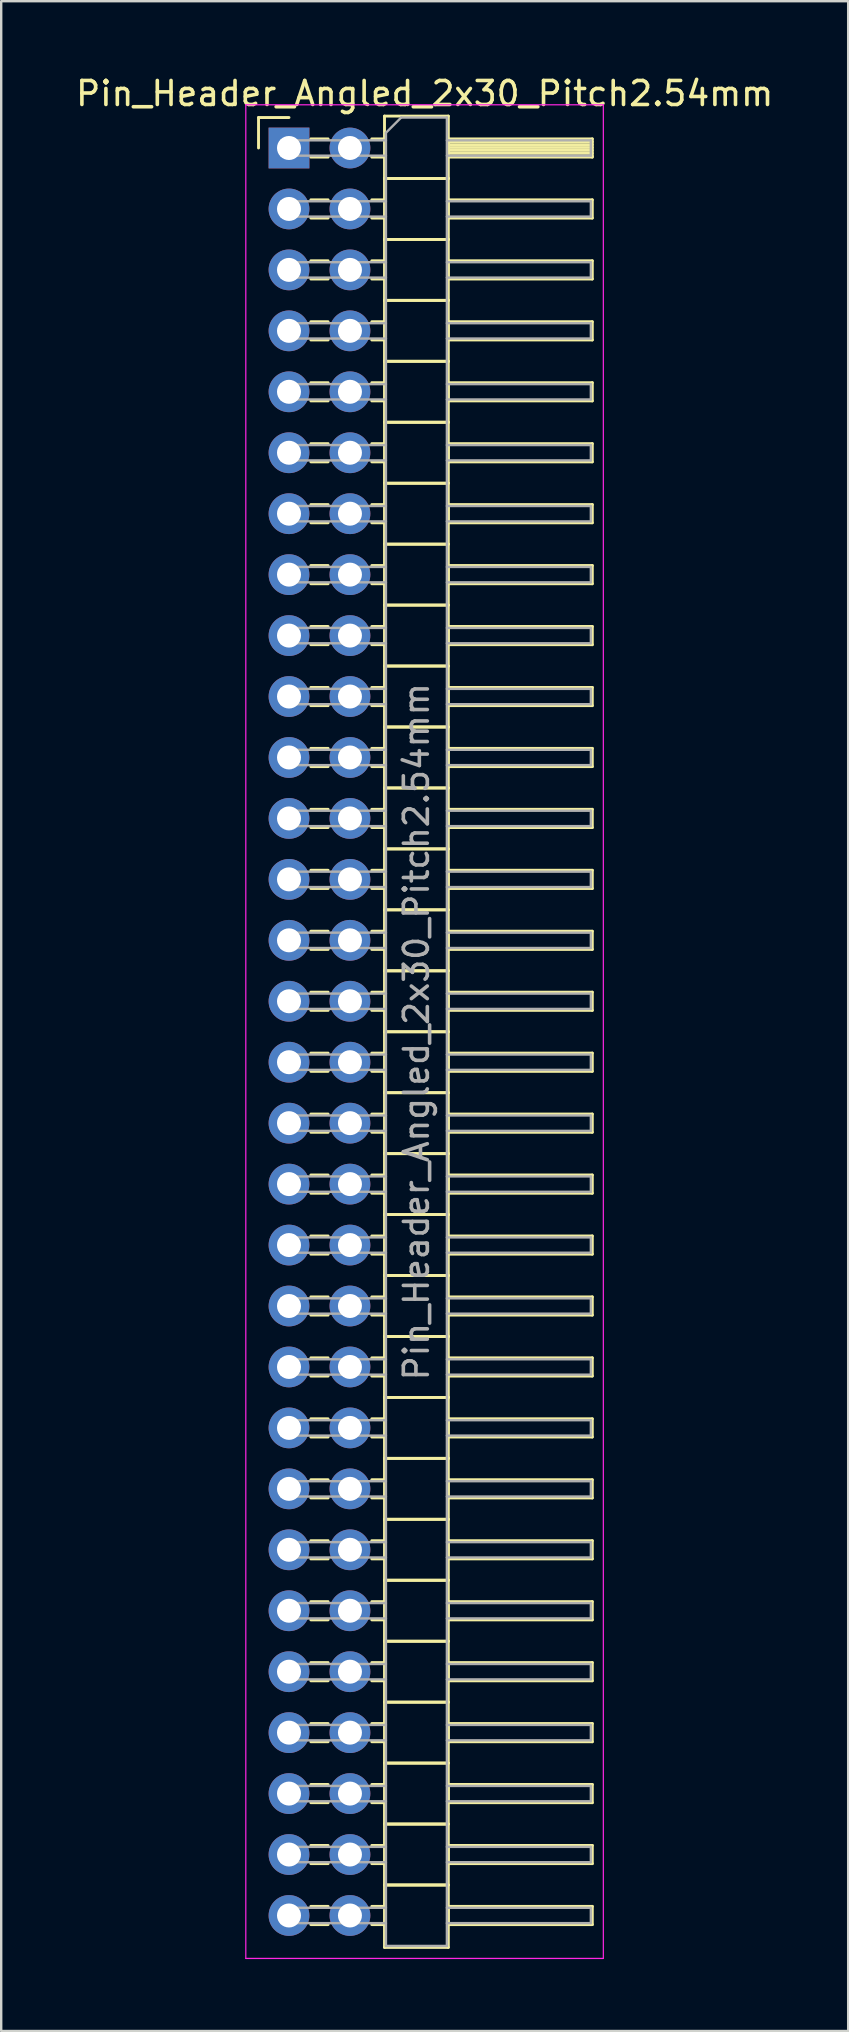
<source format=kicad_pcb>
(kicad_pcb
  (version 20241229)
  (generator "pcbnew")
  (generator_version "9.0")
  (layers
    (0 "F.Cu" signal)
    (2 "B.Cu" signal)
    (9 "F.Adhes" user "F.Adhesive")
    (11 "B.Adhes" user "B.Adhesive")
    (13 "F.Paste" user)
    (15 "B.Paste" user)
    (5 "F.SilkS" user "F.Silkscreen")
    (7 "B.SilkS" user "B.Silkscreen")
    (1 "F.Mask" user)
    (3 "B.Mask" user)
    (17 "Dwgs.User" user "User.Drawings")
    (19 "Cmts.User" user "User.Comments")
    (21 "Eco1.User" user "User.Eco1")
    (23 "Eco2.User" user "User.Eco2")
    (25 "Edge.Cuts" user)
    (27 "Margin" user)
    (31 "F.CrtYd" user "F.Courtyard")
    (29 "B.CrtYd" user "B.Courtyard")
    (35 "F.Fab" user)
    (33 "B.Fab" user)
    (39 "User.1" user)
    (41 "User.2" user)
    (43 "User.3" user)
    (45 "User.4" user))
  (footprint "Pin_Header_Angled_2x30_Pitch2.54mm"
    (layer "F.Cu")
    (at 8.994 3.118)
    (property "Reference" "Pin_Header_Angled_2x30_Pitch2.54mm" (at 5.655 -2.27 0) (layer "F.SilkS") (effects (font (size 1 1) (thickness 0.15))))
    (attr through_hole)
    (fp_line (start -1.27 -1.27) (end 0 -1.27) (stroke (width 0.12) (type solid)) (layer "F.SilkS"))
    (fp_line (start -1.27 0) (end -1.27 -1.27) (stroke (width 0.12) (type solid)) (layer "F.SilkS"))
    (fp_line (start 0.91 -0.38) (end 1.63 -0.38) (stroke (width 0.12) (type solid)) (layer "F.SilkS"))
    (fp_line (start 0.91 0.38) (end 1.63 0.38) (stroke (width 0.12) (type solid)) (layer "F.SilkS"))
    (fp_line (start 0.91 2.16) (end 1.63 2.16) (stroke (width 0.12) (type solid)) (layer "F.SilkS"))
    (fp_line (start 0.91 2.92) (end 1.63 2.92) (stroke (width 0.12) (type solid)) (layer "F.SilkS"))
    (fp_line (start 0.91 4.7) (end 1.63 4.7) (stroke (width 0.12) (type solid)) (layer "F.SilkS"))
    (fp_line (start 0.91 5.46) (end 1.63 5.46) (stroke (width 0.12) (type solid)) (layer "F.SilkS"))
    (fp_line (start 0.91 7.24) (end 1.63 7.24) (stroke (width 0.12) (type solid)) (layer "F.SilkS"))
    (fp_line (start 0.91 8) (end 1.63 8) (stroke (width 0.12) (type solid)) (layer "F.SilkS"))
    (fp_line (start 0.91 9.78) (end 1.63 9.78) (stroke (width 0.12) (type solid)) (layer "F.SilkS"))
    (fp_line (start 0.91 10.54) (end 1.63 10.54) (stroke (width 0.12) (type solid)) (layer "F.SilkS"))
    (fp_line (start 0.91 12.32) (end 1.63 12.32) (stroke (width 0.12) (type solid)) (layer "F.SilkS"))
    (fp_line (start 0.91 13.08) (end 1.63 13.08) (stroke (width 0.12) (type solid)) (layer "F.SilkS"))
    (fp_line (start 0.91 14.86) (end 1.63 14.86) (stroke (width 0.12) (type solid)) (layer "F.SilkS"))
    (fp_line (start 0.91 15.62) (end 1.63 15.62) (stroke (width 0.12) (type solid)) (layer "F.SilkS"))
    (fp_line (start 0.91 17.4) (end 1.63 17.4) (stroke (width 0.12) (type solid)) (layer "F.SilkS"))
    (fp_line (start 0.91 18.16) (end 1.63 18.16) (stroke (width 0.12) (type solid)) (layer "F.SilkS"))
    (fp_line (start 0.91 19.94) (end 1.63 19.94) (stroke (width 0.12) (type solid)) (layer "F.SilkS"))
    (fp_line (start 0.91 20.7) (end 1.63 20.7) (stroke (width 0.12) (type solid)) (layer "F.SilkS"))
    (fp_line (start 0.91 22.48) (end 1.63 22.48) (stroke (width 0.12) (type solid)) (layer "F.SilkS"))
    (fp_line (start 0.91 23.24) (end 1.63 23.24) (stroke (width 0.12) (type solid)) (layer "F.SilkS"))
    (fp_line (start 0.91 25.02) (end 1.63 25.02) (stroke (width 0.12) (type solid)) (layer "F.SilkS"))
    (fp_line (start 0.91 25.78) (end 1.63 25.78) (stroke (width 0.12) (type solid)) (layer "F.SilkS"))
    (fp_line (start 0.91 27.56) (end 1.63 27.56) (stroke (width 0.12) (type solid)) (layer "F.SilkS"))
    (fp_line (start 0.91 28.32) (end 1.63 28.32) (stroke (width 0.12) (type solid)) (layer "F.SilkS"))
    (fp_line (start 0.91 30.1) (end 1.63 30.1) (stroke (width 0.12) (type solid)) (layer "F.SilkS"))
    (fp_line (start 0.91 30.86) (end 1.63 30.86) (stroke (width 0.12) (type solid)) (layer "F.SilkS"))
    (fp_line (start 0.91 32.64) (end 1.63 32.64) (stroke (width 0.12) (type solid)) (layer "F.SilkS"))
    (fp_line (start 0.91 33.4) (end 1.63 33.4) (stroke (width 0.12) (type solid)) (layer "F.SilkS"))
    (fp_line (start 0.91 35.18) (end 1.63 35.18) (stroke (width 0.12) (type solid)) (layer "F.SilkS"))
    (fp_line (start 0.91 35.94) (end 1.63 35.94) (stroke (width 0.12) (type solid)) (layer "F.SilkS"))
    (fp_line (start 0.91 37.72) (end 1.63 37.72) (stroke (width 0.12) (type solid)) (layer "F.SilkS"))
    (fp_line (start 0.91 38.48) (end 1.63 38.48) (stroke (width 0.12) (type solid)) (layer "F.SilkS"))
    (fp_line (start 0.91 40.26) (end 1.63 40.26) (stroke (width 0.12) (type solid)) (layer "F.SilkS"))
    (fp_line (start 0.91 41.02) (end 1.63 41.02) (stroke (width 0.12) (type solid)) (layer "F.SilkS"))
    (fp_line (start 0.91 42.8) (end 1.63 42.8) (stroke (width 0.12) (type solid)) (layer "F.SilkS"))
    (fp_line (start 0.91 43.56) (end 1.63 43.56) (stroke (width 0.12) (type solid)) (layer "F.SilkS"))
    (fp_line (start 0.91 45.34) (end 1.63 45.34) (stroke (width 0.12) (type solid)) (layer "F.SilkS"))
    (fp_line (start 0.91 46.1) (end 1.63 46.1) (stroke (width 0.12) (type solid)) (layer "F.SilkS"))
    (fp_line (start 0.91 47.88) (end 1.63 47.88) (stroke (width 0.12) (type solid)) (layer "F.SilkS"))
    (fp_line (start 0.91 48.64) (end 1.63 48.64) (stroke (width 0.12) (type solid)) (layer "F.SilkS"))
    (fp_line (start 0.91 50.42) (end 1.63 50.42) (stroke (width 0.12) (type solid)) (layer "F.SilkS"))
    (fp_line (start 0.91 51.18) (end 1.63 51.18) (stroke (width 0.12) (type solid)) (layer "F.SilkS"))
    (fp_line (start 0.91 52.96) (end 1.63 52.96) (stroke (width 0.12) (type solid)) (layer "F.SilkS"))
    (fp_line (start 0.91 53.72) (end 1.63 53.72) (stroke (width 0.12) (type solid)) (layer "F.SilkS"))
    (fp_line (start 0.91 55.5) (end 1.63 55.5) (stroke (width 0.12) (type solid)) (layer "F.SilkS"))
    (fp_line (start 0.91 56.26) (end 1.63 56.26) (stroke (width 0.12) (type solid)) (layer "F.SilkS"))
    (fp_line (start 0.91 58.04) (end 1.63 58.04) (stroke (width 0.12) (type solid)) (layer "F.SilkS"))
    (fp_line (start 0.91 58.8) (end 1.63 58.8) (stroke (width 0.12) (type solid)) (layer "F.SilkS"))
    (fp_line (start 0.91 60.58) (end 1.63 60.58) (stroke (width 0.12) (type solid)) (layer "F.SilkS"))
    (fp_line (start 0.91 61.34) (end 1.63 61.34) (stroke (width 0.12) (type solid)) (layer "F.SilkS"))
    (fp_line (start 0.91 63.12) (end 1.63 63.12) (stroke (width 0.12) (type solid)) (layer "F.SilkS"))
    (fp_line (start 0.91 63.88) (end 1.63 63.88) (stroke (width 0.12) (type solid)) (layer "F.SilkS"))
    (fp_line (start 0.91 65.66) (end 1.63 65.66) (stroke (width 0.12) (type solid)) (layer "F.SilkS"))
    (fp_line (start 0.91 66.42) (end 1.63 66.42) (stroke (width 0.12) (type solid)) (layer "F.SilkS"))
    (fp_line (start 0.91 68.2) (end 1.63 68.2) (stroke (width 0.12) (type solid)) (layer "F.SilkS"))
    (fp_line (start 0.91 68.96) (end 1.63 68.96) (stroke (width 0.12) (type solid)) (layer "F.SilkS"))
    (fp_line (start 0.91 70.74) (end 1.63 70.74) (stroke (width 0.12) (type solid)) (layer "F.SilkS"))
    (fp_line (start 0.91 71.5) (end 1.63 71.5) (stroke (width 0.12) (type solid)) (layer "F.SilkS"))
    (fp_line (start 0.91 73.28) (end 1.63 73.28) (stroke (width 0.12) (type solid)) (layer "F.SilkS"))
    (fp_line (start 0.91 74.04) (end 1.63 74.04) (stroke (width 0.12) (type solid)) (layer "F.SilkS"))
    (fp_line (start 3.45 -0.38) (end 3.98 -0.38) (stroke (width 0.12) (type solid)) (layer "F.SilkS"))
    (fp_line (start 3.45 0.38) (end 3.98 0.38) (stroke (width 0.12) (type solid)) (layer "F.SilkS"))
    (fp_line (start 3.45 2.16) (end 3.98 2.16) (stroke (width 0.12) (type solid)) (layer "F.SilkS"))
    (fp_line (start 3.45 2.92) (end 3.98 2.92) (stroke (width 0.12) (type solid)) (layer "F.SilkS"))
    (fp_line (start 3.45 4.7) (end 3.98 4.7) (stroke (width 0.12) (type solid)) (layer "F.SilkS"))
    (fp_line (start 3.45 5.46) (end 3.98 5.46) (stroke (width 0.12) (type solid)) (layer "F.SilkS"))
    (fp_line (start 3.45 7.24) (end 3.98 7.24) (stroke (width 0.12) (type solid)) (layer "F.SilkS"))
    (fp_line (start 3.45 8) (end 3.98 8) (stroke (width 0.12) (type solid)) (layer "F.SilkS"))
    (fp_line (start 3.45 9.78) (end 3.98 9.78) (stroke (width 0.12) (type solid)) (layer "F.SilkS"))
    (fp_line (start 3.45 10.54) (end 3.98 10.54) (stroke (width 0.12) (type solid)) (layer "F.SilkS"))
    (fp_line (start 3.45 12.32) (end 3.98 12.32) (stroke (width 0.12) (type solid)) (layer "F.SilkS"))
    (fp_line (start 3.45 13.08) (end 3.98 13.08) (stroke (width 0.12) (type solid)) (layer "F.SilkS"))
    (fp_line (start 3.45 14.86) (end 3.98 14.86) (stroke (width 0.12) (type solid)) (layer "F.SilkS"))
    (fp_line (start 3.45 15.62) (end 3.98 15.62) (stroke (width 0.12) (type solid)) (layer "F.SilkS"))
    (fp_line (start 3.45 17.4) (end 3.98 17.4) (stroke (width 0.12) (type solid)) (layer "F.SilkS"))
    (fp_line (start 3.45 18.16) (end 3.98 18.16) (stroke (width 0.12) (type solid)) (layer "F.SilkS"))
    (fp_line (start 3.45 19.94) (end 3.98 19.94) (stroke (width 0.12) (type solid)) (layer "F.SilkS"))
    (fp_line (start 3.45 20.7) (end 3.98 20.7) (stroke (width 0.12) (type solid)) (layer "F.SilkS"))
    (fp_line (start 3.45 22.48) (end 3.98 22.48) (stroke (width 0.12) (type solid)) (layer "F.SilkS"))
    (fp_line (start 3.45 23.24) (end 3.98 23.24) (stroke (width 0.12) (type solid)) (layer "F.SilkS"))
    (fp_line (start 3.45 25.02) (end 3.98 25.02) (stroke (width 0.12) (type solid)) (layer "F.SilkS"))
    (fp_line (start 3.45 25.78) (end 3.98 25.78) (stroke (width 0.12) (type solid)) (layer "F.SilkS"))
    (fp_line (start 3.45 27.56) (end 3.98 27.56) (stroke (width 0.12) (type solid)) (layer "F.SilkS"))
    (fp_line (start 3.45 28.32) (end 3.98 28.32) (stroke (width 0.12) (type solid)) (layer "F.SilkS"))
    (fp_line (start 3.45 30.1) (end 3.98 30.1) (stroke (width 0.12) (type solid)) (layer "F.SilkS"))
    (fp_line (start 3.45 30.86) (end 3.98 30.86) (stroke (width 0.12) (type solid)) (layer "F.SilkS"))
    (fp_line (start 3.45 32.64) (end 3.98 32.64) (stroke (width 0.12) (type solid)) (layer "F.SilkS"))
    (fp_line (start 3.45 33.4) (end 3.98 33.4) (stroke (width 0.12) (type solid)) (layer "F.SilkS"))
    (fp_line (start 3.45 35.18) (end 3.98 35.18) (stroke (width 0.12) (type solid)) (layer "F.SilkS"))
    (fp_line (start 3.45 35.94) (end 3.98 35.94) (stroke (width 0.12) (type solid)) (layer "F.SilkS"))
    (fp_line (start 3.45 37.72) (end 3.98 37.72) (stroke (width 0.12) (type solid)) (layer "F.SilkS"))
    (fp_line (start 3.45 38.48) (end 3.98 38.48) (stroke (width 0.12) (type solid)) (layer "F.SilkS"))
    (fp_line (start 3.45 40.26) (end 3.98 40.26) (stroke (width 0.12) (type solid)) (layer "F.SilkS"))
    (fp_line (start 3.45 41.02) (end 3.98 41.02) (stroke (width 0.12) (type solid)) (layer "F.SilkS"))
    (fp_line (start 3.45 42.8) (end 3.98 42.8) (stroke (width 0.12) (type solid)) (layer "F.SilkS"))
    (fp_line (start 3.45 43.56) (end 3.98 43.56) (stroke (width 0.12) (type solid)) (layer "F.SilkS"))
    (fp_line (start 3.45 45.34) (end 3.98 45.34) (stroke (width 0.12) (type solid)) (layer "F.SilkS"))
    (fp_line (start 3.45 46.1) (end 3.98 46.1) (stroke (width 0.12) (type solid)) (layer "F.SilkS"))
    (fp_line (start 3.45 47.88) (end 3.98 47.88) (stroke (width 0.12) (type solid)) (layer "F.SilkS"))
    (fp_line (start 3.45 48.64) (end 3.98 48.64) (stroke (width 0.12) (type solid)) (layer "F.SilkS"))
    (fp_line (start 3.45 50.42) (end 3.98 50.42) (stroke (width 0.12) (type solid)) (layer "F.SilkS"))
    (fp_line (start 3.45 51.18) (end 3.98 51.18) (stroke (width 0.12) (type solid)) (layer "F.SilkS"))
    (fp_line (start 3.45 52.96) (end 3.98 52.96) (stroke (width 0.12) (type solid)) (layer "F.SilkS"))
    (fp_line (start 3.45 53.72) (end 3.98 53.72) (stroke (width 0.12) (type solid)) (layer "F.SilkS"))
    (fp_line (start 3.45 55.5) (end 3.98 55.5) (stroke (width 0.12) (type solid)) (layer "F.SilkS"))
    (fp_line (start 3.45 56.26) (end 3.98 56.26) (stroke (width 0.12) (type solid)) (layer "F.SilkS"))
    (fp_line (start 3.45 58.04) (end 3.98 58.04) (stroke (width 0.12) (type solid)) (layer "F.SilkS"))
    (fp_line (start 3.45 58.8) (end 3.98 58.8) (stroke (width 0.12) (type solid)) (layer "F.SilkS"))
    (fp_line (start 3.45 60.58) (end 3.98 60.58) (stroke (width 0.12) (type solid)) (layer "F.SilkS"))
    (fp_line (start 3.45 61.34) (end 3.98 61.34) (stroke (width 0.12) (type solid)) (layer "F.SilkS"))
    (fp_line (start 3.45 63.12) (end 3.98 63.12) (stroke (width 0.12) (type solid)) (layer "F.SilkS"))
    (fp_line (start 3.45 63.88) (end 3.98 63.88) (stroke (width 0.12) (type solid)) (layer "F.SilkS"))
    (fp_line (start 3.45 65.66) (end 3.98 65.66) (stroke (width 0.12) (type solid)) (layer "F.SilkS"))
    (fp_line (start 3.45 66.42) (end 3.98 66.42) (stroke (width 0.12) (type solid)) (layer "F.SilkS"))
    (fp_line (start 3.45 68.2) (end 3.98 68.2) (stroke (width 0.12) (type solid)) (layer "F.SilkS"))
    (fp_line (start 3.45 68.96) (end 3.98 68.96) (stroke (width 0.12) (type solid)) (layer "F.SilkS"))
    (fp_line (start 3.45 70.74) (end 3.98 70.74) (stroke (width 0.12) (type solid)) (layer "F.SilkS"))
    (fp_line (start 3.45 71.5) (end 3.98 71.5) (stroke (width 0.12) (type solid)) (layer "F.SilkS"))
    (fp_line (start 3.45 73.28) (end 3.98 73.28) (stroke (width 0.12) (type solid)) (layer "F.SilkS"))
    (fp_line (start 3.45 74.04) (end 3.98 74.04) (stroke (width 0.12) (type solid)) (layer "F.SilkS"))
    (fp_line (start 3.98 -1.33) (end 3.98 1.27) (stroke (width 0.12) (type solid)) (layer "F.SilkS"))
    (fp_line (start 3.98 1.27) (end 3.98 3.81) (stroke (width 0.12) (type solid)) (layer "F.SilkS"))
    (fp_line (start 3.98 1.27) (end 6.64 1.27) (stroke (width 0.12) (type solid)) (layer "F.SilkS"))
    (fp_line (start 3.98 3.81) (end 3.98 6.35) (stroke (width 0.12) (type solid)) (layer "F.SilkS"))
    (fp_line (start 3.98 3.81) (end 6.64 3.81) (stroke (width 0.12) (type solid)) (layer "F.SilkS"))
    (fp_line (start 3.98 6.35) (end 3.98 8.89) (stroke (width 0.12) (type solid)) (layer "F.SilkS"))
    (fp_line (start 3.98 6.35) (end 6.64 6.35) (stroke (width 0.12) (type solid)) (layer "F.SilkS"))
    (fp_line (start 3.98 8.89) (end 3.98 11.43) (stroke (width 0.12) (type solid)) (layer "F.SilkS"))
    (fp_line (start 3.98 8.89) (end 6.64 8.89) (stroke (width 0.12) (type solid)) (layer "F.SilkS"))
    (fp_line (start 3.98 11.43) (end 3.98 13.97) (stroke (width 0.12) (type solid)) (layer "F.SilkS"))
    (fp_line (start 3.98 11.43) (end 6.64 11.43) (stroke (width 0.12) (type solid)) (layer "F.SilkS"))
    (fp_line (start 3.98 13.97) (end 3.98 16.51) (stroke (width 0.12) (type solid)) (layer "F.SilkS"))
    (fp_line (start 3.98 13.97) (end 6.64 13.97) (stroke (width 0.12) (type solid)) (layer "F.SilkS"))
    (fp_line (start 3.98 16.51) (end 3.98 19.05) (stroke (width 0.12) (type solid)) (layer "F.SilkS"))
    (fp_line (start 3.98 16.51) (end 6.64 16.51) (stroke (width 0.12) (type solid)) (layer "F.SilkS"))
    (fp_line (start 3.98 19.05) (end 3.98 21.59) (stroke (width 0.12) (type solid)) (layer "F.SilkS"))
    (fp_line (start 3.98 19.05) (end 6.64 19.05) (stroke (width 0.12) (type solid)) (layer "F.SilkS"))
    (fp_line (start 3.98 21.59) (end 3.98 24.13) (stroke (width 0.12) (type solid)) (layer "F.SilkS"))
    (fp_line (start 3.98 21.59) (end 6.64 21.59) (stroke (width 0.12) (type solid)) (layer "F.SilkS"))
    (fp_line (start 3.98 24.13) (end 3.98 26.67) (stroke (width 0.12) (type solid)) (layer "F.SilkS"))
    (fp_line (start 3.98 24.13) (end 6.64 24.13) (stroke (width 0.12) (type solid)) (layer "F.SilkS"))
    (fp_line (start 3.98 26.67) (end 3.98 29.21) (stroke (width 0.12) (type solid)) (layer "F.SilkS"))
    (fp_line (start 3.98 26.67) (end 6.64 26.67) (stroke (width 0.12) (type solid)) (layer "F.SilkS"))
    (fp_line (start 3.98 29.21) (end 3.98 31.75) (stroke (width 0.12) (type solid)) (layer "F.SilkS"))
    (fp_line (start 3.98 29.21) (end 6.64 29.21) (stroke (width 0.12) (type solid)) (layer "F.SilkS"))
    (fp_line (start 3.98 31.75) (end 3.98 34.29) (stroke (width 0.12) (type solid)) (layer "F.SilkS"))
    (fp_line (start 3.98 31.75) (end 6.64 31.75) (stroke (width 0.12) (type solid)) (layer "F.SilkS"))
    (fp_line (start 3.98 34.29) (end 3.98 36.83) (stroke (width 0.12) (type solid)) (layer "F.SilkS"))
    (fp_line (start 3.98 34.29) (end 6.64 34.29) (stroke (width 0.12) (type solid)) (layer "F.SilkS"))
    (fp_line (start 3.98 36.83) (end 3.98 39.37) (stroke (width 0.12) (type solid)) (layer "F.SilkS"))
    (fp_line (start 3.98 36.83) (end 6.64 36.83) (stroke (width 0.12) (type solid)) (layer "F.SilkS"))
    (fp_line (start 3.98 39.37) (end 3.98 41.91) (stroke (width 0.12) (type solid)) (layer "F.SilkS"))
    (fp_line (start 3.98 39.37) (end 6.64 39.37) (stroke (width 0.12) (type solid)) (layer "F.SilkS"))
    (fp_line (start 3.98 41.91) (end 3.98 44.45) (stroke (width 0.12) (type solid)) (layer "F.SilkS"))
    (fp_line (start 3.98 41.91) (end 6.64 41.91) (stroke (width 0.12) (type solid)) (layer "F.SilkS"))
    (fp_line (start 3.98 44.45) (end 3.98 46.99) (stroke (width 0.12) (type solid)) (layer "F.SilkS"))
    (fp_line (start 3.98 44.45) (end 6.64 44.45) (stroke (width 0.12) (type solid)) (layer "F.SilkS"))
    (fp_line (start 3.98 46.99) (end 3.98 49.53) (stroke (width 0.12) (type solid)) (layer "F.SilkS"))
    (fp_line (start 3.98 46.99) (end 6.64 46.99) (stroke (width 0.12) (type solid)) (layer "F.SilkS"))
    (fp_line (start 3.98 49.53) (end 3.98 52.07) (stroke (width 0.12) (type solid)) (layer "F.SilkS"))
    (fp_line (start 3.98 49.53) (end 6.64 49.53) (stroke (width 0.12) (type solid)) (layer "F.SilkS"))
    (fp_line (start 3.98 52.07) (end 3.98 54.61) (stroke (width 0.12) (type solid)) (layer "F.SilkS"))
    (fp_line (start 3.98 52.07) (end 6.64 52.07) (stroke (width 0.12) (type solid)) (layer "F.SilkS"))
    (fp_line (start 3.98 54.61) (end 3.98 57.15) (stroke (width 0.12) (type solid)) (layer "F.SilkS"))
    (fp_line (start 3.98 54.61) (end 6.64 54.61) (stroke (width 0.12) (type solid)) (layer "F.SilkS"))
    (fp_line (start 3.98 57.15) (end 3.98 59.69) (stroke (width 0.12) (type solid)) (layer "F.SilkS"))
    (fp_line (start 3.98 57.15) (end 6.64 57.15) (stroke (width 0.12) (type solid)) (layer "F.SilkS"))
    (fp_line (start 3.98 59.69) (end 3.98 62.23) (stroke (width 0.12) (type solid)) (layer "F.SilkS"))
    (fp_line (start 3.98 59.69) (end 6.64 59.69) (stroke (width 0.12) (type solid)) (layer "F.SilkS"))
    (fp_line (start 3.98 62.23) (end 3.98 64.77) (stroke (width 0.12) (type solid)) (layer "F.SilkS"))
    (fp_line (start 3.98 62.23) (end 6.64 62.23) (stroke (width 0.12) (type solid)) (layer "F.SilkS"))
    (fp_line (start 3.98 64.77) (end 3.98 67.31) (stroke (width 0.12) (type solid)) (layer "F.SilkS"))
    (fp_line (start 3.98 64.77) (end 6.64 64.77) (stroke (width 0.12) (type solid)) (layer "F.SilkS"))
    (fp_line (start 3.98 67.31) (end 3.98 69.85) (stroke (width 0.12) (type solid)) (layer "F.SilkS"))
    (fp_line (start 3.98 67.31) (end 6.64 67.31) (stroke (width 0.12) (type solid)) (layer "F.SilkS"))
    (fp_line (start 3.98 69.85) (end 3.98 72.39) (stroke (width 0.12) (type solid)) (layer "F.SilkS"))
    (fp_line (start 3.98 69.85) (end 6.64 69.85) (stroke (width 0.12) (type solid)) (layer "F.SilkS"))
    (fp_line (start 3.98 72.39) (end 3.98 74.99) (stroke (width 0.12) (type solid)) (layer "F.SilkS"))
    (fp_line (start 3.98 72.39) (end 6.64 72.39) (stroke (width 0.12) (type solid)) (layer "F.SilkS"))
    (fp_line (start 3.98 74.99) (end 6.64 74.99) (stroke (width 0.12) (type solid)) (layer "F.SilkS"))
    (fp_line (start 6.64 -1.33) (end 3.98 -1.33) (stroke (width 0.12) (type solid)) (layer "F.SilkS"))
    (fp_line (start 6.64 -0.38) (end 6.64 0.38) (stroke (width 0.12) (type solid)) (layer "F.SilkS"))
    (fp_line (start 6.64 -0.26) (end 12.64 -0.26) (stroke (width 0.12) (type solid)) (layer "F.SilkS"))
    (fp_line (start 6.64 -0.14) (end 12.64 -0.14) (stroke (width 0.12) (type solid)) (layer "F.SilkS"))
    (fp_line (start 6.64 -0.02) (end 12.64 -0.02) (stroke (width 0.12) (type solid)) (layer "F.SilkS"))
    (fp_line (start 6.64 0.1) (end 12.64 0.1) (stroke (width 0.12) (type solid)) (layer "F.SilkS"))
    (fp_line (start 6.64 0.22) (end 12.64 0.22) (stroke (width 0.12) (type solid)) (layer "F.SilkS"))
    (fp_line (start 6.64 0.34) (end 12.64 0.34) (stroke (width 0.12) (type solid)) (layer "F.SilkS"))
    (fp_line (start 6.64 0.38) (end 12.64 0.38) (stroke (width 0.12) (type solid)) (layer "F.SilkS"))
    (fp_line (start 6.64 1.27) (end 3.98 1.27) (stroke (width 0.12) (type solid)) (layer "F.SilkS"))
    (fp_line (start 6.64 1.27) (end 6.64 -1.33) (stroke (width 0.12) (type solid)) (layer "F.SilkS"))
    (fp_line (start 6.64 2.16) (end 6.64 2.92) (stroke (width 0.12) (type solid)) (layer "F.SilkS"))
    (fp_line (start 6.64 2.92) (end 12.64 2.92) (stroke (width 0.12) (type solid)) (layer "F.SilkS"))
    (fp_line (start 6.64 3.81) (end 3.98 3.81) (stroke (width 0.12) (type solid)) (layer "F.SilkS"))
    (fp_line (start 6.64 3.81) (end 6.64 1.27) (stroke (width 0.12) (type solid)) (layer "F.SilkS"))
    (fp_line (start 6.64 4.7) (end 6.64 5.46) (stroke (width 0.12) (type solid)) (layer "F.SilkS"))
    (fp_line (start 6.64 5.46) (end 12.64 5.46) (stroke (width 0.12) (type solid)) (layer "F.SilkS"))
    (fp_line (start 6.64 6.35) (end 3.98 6.35) (stroke (width 0.12) (type solid)) (layer "F.SilkS"))
    (fp_line (start 6.64 6.35) (end 6.64 3.81) (stroke (width 0.12) (type solid)) (layer "F.SilkS"))
    (fp_line (start 6.64 7.24) (end 6.64 8) (stroke (width 0.12) (type solid)) (layer "F.SilkS"))
    (fp_line (start 6.64 8) (end 12.64 8) (stroke (width 0.12) (type solid)) (layer "F.SilkS"))
    (fp_line (start 6.64 8.89) (end 3.98 8.89) (stroke (width 0.12) (type solid)) (layer "F.SilkS"))
    (fp_line (start 6.64 8.89) (end 6.64 6.35) (stroke (width 0.12) (type solid)) (layer "F.SilkS"))
    (fp_line (start 6.64 9.78) (end 6.64 10.54) (stroke (width 0.12) (type solid)) (layer "F.SilkS"))
    (fp_line (start 6.64 10.54) (end 12.64 10.54) (stroke (width 0.12) (type solid)) (layer "F.SilkS"))
    (fp_line (start 6.64 11.43) (end 3.98 11.43) (stroke (width 0.12) (type solid)) (layer "F.SilkS"))
    (fp_line (start 6.64 11.43) (end 6.64 8.89) (stroke (width 0.12) (type solid)) (layer "F.SilkS"))
    (fp_line (start 6.64 12.32) (end 6.64 13.08) (stroke (width 0.12) (type solid)) (layer "F.SilkS"))
    (fp_line (start 6.64 13.08) (end 12.64 13.08) (stroke (width 0.12) (type solid)) (layer "F.SilkS"))
    (fp_line (start 6.64 13.97) (end 3.98 13.97) (stroke (width 0.12) (type solid)) (layer "F.SilkS"))
    (fp_line (start 6.64 13.97) (end 6.64 11.43) (stroke (width 0.12) (type solid)) (layer "F.SilkS"))
    (fp_line (start 6.64 14.86) (end 6.64 15.62) (stroke (width 0.12) (type solid)) (layer "F.SilkS"))
    (fp_line (start 6.64 15.62) (end 12.64 15.62) (stroke (width 0.12) (type solid)) (layer "F.SilkS"))
    (fp_line (start 6.64 16.51) (end 3.98 16.51) (stroke (width 0.12) (type solid)) (layer "F.SilkS"))
    (fp_line (start 6.64 16.51) (end 6.64 13.97) (stroke (width 0.12) (type solid)) (layer "F.SilkS"))
    (fp_line (start 6.64 17.4) (end 6.64 18.16) (stroke (width 0.12) (type solid)) (layer "F.SilkS"))
    (fp_line (start 6.64 18.16) (end 12.64 18.16) (stroke (width 0.12) (type solid)) (layer "F.SilkS"))
    (fp_line (start 6.64 19.05) (end 3.98 19.05) (stroke (width 0.12) (type solid)) (layer "F.SilkS"))
    (fp_line (start 6.64 19.05) (end 6.64 16.51) (stroke (width 0.12) (type solid)) (layer "F.SilkS"))
    (fp_line (start 6.64 19.94) (end 6.64 20.7) (stroke (width 0.12) (type solid)) (layer "F.SilkS"))
    (fp_line (start 6.64 20.7) (end 12.64 20.7) (stroke (width 0.12) (type solid)) (layer "F.SilkS"))
    (fp_line (start 6.64 21.59) (end 3.98 21.59) (stroke (width 0.12) (type solid)) (layer "F.SilkS"))
    (fp_line (start 6.64 21.59) (end 6.64 19.05) (stroke (width 0.12) (type solid)) (layer "F.SilkS"))
    (fp_line (start 6.64 22.48) (end 6.64 23.24) (stroke (width 0.12) (type solid)) (layer "F.SilkS"))
    (fp_line (start 6.64 23.24) (end 12.64 23.24) (stroke (width 0.12) (type solid)) (layer "F.SilkS"))
    (fp_line (start 6.64 24.13) (end 3.98 24.13) (stroke (width 0.12) (type solid)) (layer "F.SilkS"))
    (fp_line (start 6.64 24.13) (end 6.64 21.59) (stroke (width 0.12) (type solid)) (layer "F.SilkS"))
    (fp_line (start 6.64 25.02) (end 6.64 25.78) (stroke (width 0.12) (type solid)) (layer "F.SilkS"))
    (fp_line (start 6.64 25.78) (end 12.64 25.78) (stroke (width 0.12) (type solid)) (layer "F.SilkS"))
    (fp_line (start 6.64 26.67) (end 3.98 26.67) (stroke (width 0.12) (type solid)) (layer "F.SilkS"))
    (fp_line (start 6.64 26.67) (end 6.64 24.13) (stroke (width 0.12) (type solid)) (layer "F.SilkS"))
    (fp_line (start 6.64 27.56) (end 6.64 28.32) (stroke (width 0.12) (type solid)) (layer "F.SilkS"))
    (fp_line (start 6.64 28.32) (end 12.64 28.32) (stroke (width 0.12) (type solid)) (layer "F.SilkS"))
    (fp_line (start 6.64 29.21) (end 3.98 29.21) (stroke (width 0.12) (type solid)) (layer "F.SilkS"))
    (fp_line (start 6.64 29.21) (end 6.64 26.67) (stroke (width 0.12) (type solid)) (layer "F.SilkS"))
    (fp_line (start 6.64 30.1) (end 6.64 30.86) (stroke (width 0.12) (type solid)) (layer "F.SilkS"))
    (fp_line (start 6.64 30.86) (end 12.64 30.86) (stroke (width 0.12) (type solid)) (layer "F.SilkS"))
    (fp_line (start 6.64 31.75) (end 3.98 31.75) (stroke (width 0.12) (type solid)) (layer "F.SilkS"))
    (fp_line (start 6.64 31.75) (end 6.64 29.21) (stroke (width 0.12) (type solid)) (layer "F.SilkS"))
    (fp_line (start 6.64 32.64) (end 6.64 33.4) (stroke (width 0.12) (type solid)) (layer "F.SilkS"))
    (fp_line (start 6.64 33.4) (end 12.64 33.4) (stroke (width 0.12) (type solid)) (layer "F.SilkS"))
    (fp_line (start 6.64 34.29) (end 3.98 34.29) (stroke (width 0.12) (type solid)) (layer "F.SilkS"))
    (fp_line (start 6.64 34.29) (end 6.64 31.75) (stroke (width 0.12) (type solid)) (layer "F.SilkS"))
    (fp_line (start 6.64 35.18) (end 6.64 35.94) (stroke (width 0.12) (type solid)) (layer "F.SilkS"))
    (fp_line (start 6.64 35.94) (end 12.64 35.94) (stroke (width 0.12) (type solid)) (layer "F.SilkS"))
    (fp_line (start 6.64 36.83) (end 3.98 36.83) (stroke (width 0.12) (type solid)) (layer "F.SilkS"))
    (fp_line (start 6.64 36.83) (end 6.64 34.29) (stroke (width 0.12) (type solid)) (layer "F.SilkS"))
    (fp_line (start 6.64 37.72) (end 6.64 38.48) (stroke (width 0.12) (type solid)) (layer "F.SilkS"))
    (fp_line (start 6.64 38.48) (end 12.64 38.48) (stroke (width 0.12) (type solid)) (layer "F.SilkS"))
    (fp_line (start 6.64 39.37) (end 3.98 39.37) (stroke (width 0.12) (type solid)) (layer "F.SilkS"))
    (fp_line (start 6.64 39.37) (end 6.64 36.83) (stroke (width 0.12) (type solid)) (layer "F.SilkS"))
    (fp_line (start 6.64 40.26) (end 6.64 41.02) (stroke (width 0.12) (type solid)) (layer "F.SilkS"))
    (fp_line (start 6.64 41.02) (end 12.64 41.02) (stroke (width 0.12) (type solid)) (layer "F.SilkS"))
    (fp_line (start 6.64 41.91) (end 3.98 41.91) (stroke (width 0.12) (type solid)) (layer "F.SilkS"))
    (fp_line (start 6.64 41.91) (end 6.64 39.37) (stroke (width 0.12) (type solid)) (layer "F.SilkS"))
    (fp_line (start 6.64 42.8) (end 6.64 43.56) (stroke (width 0.12) (type solid)) (layer "F.SilkS"))
    (fp_line (start 6.64 43.56) (end 12.64 43.56) (stroke (width 0.12) (type solid)) (layer "F.SilkS"))
    (fp_line (start 6.64 44.45) (end 3.98 44.45) (stroke (width 0.12) (type solid)) (layer "F.SilkS"))
    (fp_line (start 6.64 44.45) (end 6.64 41.91) (stroke (width 0.12) (type solid)) (layer "F.SilkS"))
    (fp_line (start 6.64 45.34) (end 6.64 46.1) (stroke (width 0.12) (type solid)) (layer "F.SilkS"))
    (fp_line (start 6.64 46.1) (end 12.64 46.1) (stroke (width 0.12) (type solid)) (layer "F.SilkS"))
    (fp_line (start 6.64 46.99) (end 3.98 46.99) (stroke (width 0.12) (type solid)) (layer "F.SilkS"))
    (fp_line (start 6.64 46.99) (end 6.64 44.45) (stroke (width 0.12) (type solid)) (layer "F.SilkS"))
    (fp_line (start 6.64 47.88) (end 6.64 48.64) (stroke (width 0.12) (type solid)) (layer "F.SilkS"))
    (fp_line (start 6.64 48.64) (end 12.64 48.64) (stroke (width 0.12) (type solid)) (layer "F.SilkS"))
    (fp_line (start 6.64 49.53) (end 3.98 49.53) (stroke (width 0.12) (type solid)) (layer "F.SilkS"))
    (fp_line (start 6.64 49.53) (end 6.64 46.99) (stroke (width 0.12) (type solid)) (layer "F.SilkS"))
    (fp_line (start 6.64 50.42) (end 6.64 51.18) (stroke (width 0.12) (type solid)) (layer "F.SilkS"))
    (fp_line (start 6.64 51.18) (end 12.64 51.18) (stroke (width 0.12) (type solid)) (layer "F.SilkS"))
    (fp_line (start 6.64 52.07) (end 3.98 52.07) (stroke (width 0.12) (type solid)) (layer "F.SilkS"))
    (fp_line (start 6.64 52.07) (end 6.64 49.53) (stroke (width 0.12) (type solid)) (layer "F.SilkS"))
    (fp_line (start 6.64 52.96) (end 6.64 53.72) (stroke (width 0.12) (type solid)) (layer "F.SilkS"))
    (fp_line (start 6.64 53.72) (end 12.64 53.72) (stroke (width 0.12) (type solid)) (layer "F.SilkS"))
    (fp_line (start 6.64 54.61) (end 3.98 54.61) (stroke (width 0.12) (type solid)) (layer "F.SilkS"))
    (fp_line (start 6.64 54.61) (end 6.64 52.07) (stroke (width 0.12) (type solid)) (layer "F.SilkS"))
    (fp_line (start 6.64 55.5) (end 6.64 56.26) (stroke (width 0.12) (type solid)) (layer "F.SilkS"))
    (fp_line (start 6.64 56.26) (end 12.64 56.26) (stroke (width 0.12) (type solid)) (layer "F.SilkS"))
    (fp_line (start 6.64 57.15) (end 3.98 57.15) (stroke (width 0.12) (type solid)) (layer "F.SilkS"))
    (fp_line (start 6.64 57.15) (end 6.64 54.61) (stroke (width 0.12) (type solid)) (layer "F.SilkS"))
    (fp_line (start 6.64 58.04) (end 6.64 58.8) (stroke (width 0.12) (type solid)) (layer "F.SilkS"))
    (fp_line (start 6.64 58.8) (end 12.64 58.8) (stroke (width 0.12) (type solid)) (layer "F.SilkS"))
    (fp_line (start 6.64 59.69) (end 3.98 59.69) (stroke (width 0.12) (type solid)) (layer "F.SilkS"))
    (fp_line (start 6.64 59.69) (end 6.64 57.15) (stroke (width 0.12) (type solid)) (layer "F.SilkS"))
    (fp_line (start 6.64 60.58) (end 6.64 61.34) (stroke (width 0.12) (type solid)) (layer "F.SilkS"))
    (fp_line (start 6.64 61.34) (end 12.64 61.34) (stroke (width 0.12) (type solid)) (layer "F.SilkS"))
    (fp_line (start 6.64 62.23) (end 3.98 62.23) (stroke (width 0.12) (type solid)) (layer "F.SilkS"))
    (fp_line (start 6.64 62.23) (end 6.64 59.69) (stroke (width 0.12) (type solid)) (layer "F.SilkS"))
    (fp_line (start 6.64 63.12) (end 6.64 63.88) (stroke (width 0.12) (type solid)) (layer "F.SilkS"))
    (fp_line (start 6.64 63.88) (end 12.64 63.88) (stroke (width 0.12) (type solid)) (layer "F.SilkS"))
    (fp_line (start 6.64 64.77) (end 3.98 64.77) (stroke (width 0.12) (type solid)) (layer "F.SilkS"))
    (fp_line (start 6.64 64.77) (end 6.64 62.23) (stroke (width 0.12) (type solid)) (layer "F.SilkS"))
    (fp_line (start 6.64 65.66) (end 6.64 66.42) (stroke (width 0.12) (type solid)) (layer "F.SilkS"))
    (fp_line (start 6.64 66.42) (end 12.64 66.42) (stroke (width 0.12) (type solid)) (layer "F.SilkS"))
    (fp_line (start 6.64 67.31) (end 3.98 67.31) (stroke (width 0.12) (type solid)) (layer "F.SilkS"))
    (fp_line (start 6.64 67.31) (end 6.64 64.77) (stroke (width 0.12) (type solid)) (layer "F.SilkS"))
    (fp_line (start 6.64 68.2) (end 6.64 68.96) (stroke (width 0.12) (type solid)) (layer "F.SilkS"))
    (fp_line (start 6.64 68.96) (end 12.64 68.96) (stroke (width 0.12) (type solid)) (layer "F.SilkS"))
    (fp_line (start 6.64 69.85) (end 3.98 69.85) (stroke (width 0.12) (type solid)) (layer "F.SilkS"))
    (fp_line (start 6.64 69.85) (end 6.64 67.31) (stroke (width 0.12) (type solid)) (layer "F.SilkS"))
    (fp_line (start 6.64 70.74) (end 6.64 71.5) (stroke (width 0.12) (type solid)) (layer "F.SilkS"))
    (fp_line (start 6.64 71.5) (end 12.64 71.5) (stroke (width 0.12) (type solid)) (layer "F.SilkS"))
    (fp_line (start 6.64 72.39) (end 3.98 72.39) (stroke (width 0.12) (type solid)) (layer "F.SilkS"))
    (fp_line (start 6.64 72.39) (end 6.64 69.85) (stroke (width 0.12) (type solid)) (layer "F.SilkS"))
    (fp_line (start 6.64 73.28) (end 6.64 74.04) (stroke (width 0.12) (type solid)) (layer "F.SilkS"))
    (fp_line (start 6.64 74.04) (end 12.64 74.04) (stroke (width 0.12) (type solid)) (layer "F.SilkS"))
    (fp_line (start 6.64 74.99) (end 6.64 72.39) (stroke (width 0.12) (type solid)) (layer "F.SilkS"))
    (fp_line (start 12.64 -0.38) (end 6.64 -0.38) (stroke (width 0.12) (type solid)) (layer "F.SilkS"))
    (fp_line (start 12.64 0.38) (end 12.64 -0.38) (stroke (width 0.12) (type solid)) (layer "F.SilkS"))
    (fp_line (start 12.64 2.16) (end 6.64 2.16) (stroke (width 0.12) (type solid)) (layer "F.SilkS"))
    (fp_line (start 12.64 2.92) (end 12.64 2.16) (stroke (width 0.12) (type solid)) (layer "F.SilkS"))
    (fp_line (start 12.64 4.7) (end 6.64 4.7) (stroke (width 0.12) (type solid)) (layer "F.SilkS"))
    (fp_line (start 12.64 5.46) (end 12.64 4.7) (stroke (width 0.12) (type solid)) (layer "F.SilkS"))
    (fp_line (start 12.64 7.24) (end 6.64 7.24) (stroke (width 0.12) (type solid)) (layer "F.SilkS"))
    (fp_line (start 12.64 8) (end 12.64 7.24) (stroke (width 0.12) (type solid)) (layer "F.SilkS"))
    (fp_line (start 12.64 9.78) (end 6.64 9.78) (stroke (width 0.12) (type solid)) (layer "F.SilkS"))
    (fp_line (start 12.64 10.54) (end 12.64 9.78) (stroke (width 0.12) (type solid)) (layer "F.SilkS"))
    (fp_line (start 12.64 12.32) (end 6.64 12.32) (stroke (width 0.12) (type solid)) (layer "F.SilkS"))
    (fp_line (start 12.64 13.08) (end 12.64 12.32) (stroke (width 0.12) (type solid)) (layer "F.SilkS"))
    (fp_line (start 12.64 14.86) (end 6.64 14.86) (stroke (width 0.12) (type solid)) (layer "F.SilkS"))
    (fp_line (start 12.64 15.62) (end 12.64 14.86) (stroke (width 0.12) (type solid)) (layer "F.SilkS"))
    (fp_line (start 12.64 17.4) (end 6.64 17.4) (stroke (width 0.12) (type solid)) (layer "F.SilkS"))
    (fp_line (start 12.64 18.16) (end 12.64 17.4) (stroke (width 0.12) (type solid)) (layer "F.SilkS"))
    (fp_line (start 12.64 19.94) (end 6.64 19.94) (stroke (width 0.12) (type solid)) (layer "F.SilkS"))
    (fp_line (start 12.64 20.7) (end 12.64 19.94) (stroke (width 0.12) (type solid)) (layer "F.SilkS"))
    (fp_line (start 12.64 22.48) (end 6.64 22.48) (stroke (width 0.12) (type solid)) (layer "F.SilkS"))
    (fp_line (start 12.64 23.24) (end 12.64 22.48) (stroke (width 0.12) (type solid)) (layer "F.SilkS"))
    (fp_line (start 12.64 25.02) (end 6.64 25.02) (stroke (width 0.12) (type solid)) (layer "F.SilkS"))
    (fp_line (start 12.64 25.78) (end 12.64 25.02) (stroke (width 0.12) (type solid)) (layer "F.SilkS"))
    (fp_line (start 12.64 27.56) (end 6.64 27.56) (stroke (width 0.12) (type solid)) (layer "F.SilkS"))
    (fp_line (start 12.64 28.32) (end 12.64 27.56) (stroke (width 0.12) (type solid)) (layer "F.SilkS"))
    (fp_line (start 12.64 30.1) (end 6.64 30.1) (stroke (width 0.12) (type solid)) (layer "F.SilkS"))
    (fp_line (start 12.64 30.86) (end 12.64 30.1) (stroke (width 0.12) (type solid)) (layer "F.SilkS"))
    (fp_line (start 12.64 32.64) (end 6.64 32.64) (stroke (width 0.12) (type solid)) (layer "F.SilkS"))
    (fp_line (start 12.64 33.4) (end 12.64 32.64) (stroke (width 0.12) (type solid)) (layer "F.SilkS"))
    (fp_line (start 12.64 35.18) (end 6.64 35.18) (stroke (width 0.12) (type solid)) (layer "F.SilkS"))
    (fp_line (start 12.64 35.94) (end 12.64 35.18) (stroke (width 0.12) (type solid)) (layer "F.SilkS"))
    (fp_line (start 12.64 37.72) (end 6.64 37.72) (stroke (width 0.12) (type solid)) (layer "F.SilkS"))
    (fp_line (start 12.64 38.48) (end 12.64 37.72) (stroke (width 0.12) (type solid)) (layer "F.SilkS"))
    (fp_line (start 12.64 40.26) (end 6.64 40.26) (stroke (width 0.12) (type solid)) (layer "F.SilkS"))
    (fp_line (start 12.64 41.02) (end 12.64 40.26) (stroke (width 0.12) (type solid)) (layer "F.SilkS"))
    (fp_line (start 12.64 42.8) (end 6.64 42.8) (stroke (width 0.12) (type solid)) (layer "F.SilkS"))
    (fp_line (start 12.64 43.56) (end 12.64 42.8) (stroke (width 0.12) (type solid)) (layer "F.SilkS"))
    (fp_line (start 12.64 45.34) (end 6.64 45.34) (stroke (width 0.12) (type solid)) (layer "F.SilkS"))
    (fp_line (start 12.64 46.1) (end 12.64 45.34) (stroke (width 0.12) (type solid)) (layer "F.SilkS"))
    (fp_line (start 12.64 47.88) (end 6.64 47.88) (stroke (width 0.12) (type solid)) (layer "F.SilkS"))
    (fp_line (start 12.64 48.64) (end 12.64 47.88) (stroke (width 0.12) (type solid)) (layer "F.SilkS"))
    (fp_line (start 12.64 50.42) (end 6.64 50.42) (stroke (width 0.12) (type solid)) (layer "F.SilkS"))
    (fp_line (start 12.64 51.18) (end 12.64 50.42) (stroke (width 0.12) (type solid)) (layer "F.SilkS"))
    (fp_line (start 12.64 52.96) (end 6.64 52.96) (stroke (width 0.12) (type solid)) (layer "F.SilkS"))
    (fp_line (start 12.64 53.72) (end 12.64 52.96) (stroke (width 0.12) (type solid)) (layer "F.SilkS"))
    (fp_line (start 12.64 55.5) (end 6.64 55.5) (stroke (width 0.12) (type solid)) (layer "F.SilkS"))
    (fp_line (start 12.64 56.26) (end 12.64 55.5) (stroke (width 0.12) (type solid)) (layer "F.SilkS"))
    (fp_line (start 12.64 58.04) (end 6.64 58.04) (stroke (width 0.12) (type solid)) (layer "F.SilkS"))
    (fp_line (start 12.64 58.8) (end 12.64 58.04) (stroke (width 0.12) (type solid)) (layer "F.SilkS"))
    (fp_line (start 12.64 60.58) (end 6.64 60.58) (stroke (width 0.12) (type solid)) (layer "F.SilkS"))
    (fp_line (start 12.64 61.34) (end 12.64 60.58) (stroke (width 0.12) (type solid)) (layer "F.SilkS"))
    (fp_line (start 12.64 63.12) (end 6.64 63.12) (stroke (width 0.12) (type solid)) (layer "F.SilkS"))
    (fp_line (start 12.64 63.88) (end 12.64 63.12) (stroke (width 0.12) (type solid)) (layer "F.SilkS"))
    (fp_line (start 12.64 65.66) (end 6.64 65.66) (stroke (width 0.12) (type solid)) (layer "F.SilkS"))
    (fp_line (start 12.64 66.42) (end 12.64 65.66) (stroke (width 0.12) (type solid)) (layer "F.SilkS"))
    (fp_line (start 12.64 68.2) (end 6.64 68.2) (stroke (width 0.12) (type solid)) (layer "F.SilkS"))
    (fp_line (start 12.64 68.96) (end 12.64 68.2) (stroke (width 0.12) (type solid)) (layer "F.SilkS"))
    (fp_line (start 12.64 70.74) (end 6.64 70.74) (stroke (width 0.12) (type solid)) (layer "F.SilkS"))
    (fp_line (start 12.64 71.5) (end 12.64 70.74) (stroke (width 0.12) (type solid)) (layer "F.SilkS"))
    (fp_line (start 12.64 73.28) (end 6.64 73.28) (stroke (width 0.12) (type solid)) (layer "F.SilkS"))
    (fp_line (start 12.64 74.04) (end 12.64 73.28) (stroke (width 0.12) (type solid)) (layer "F.SilkS"))
    (fp_line (start -1.8 -1.8) (end -1.8 75.45) (stroke (width 0.05) (type solid)) (layer "F.CrtYd"))
    (fp_line (start -1.8 75.45) (end 13.1 75.45) (stroke (width 0.05) (type solid)) (layer "F.CrtYd"))
    (fp_line (start 13.1 -1.8) (end -1.8 -1.8) (stroke (width 0.05) (type solid)) (layer "F.CrtYd"))
    (fp_line (start 13.1 75.45) (end 13.1 -1.8) (stroke (width 0.05) (type solid)) (layer "F.CrtYd"))
    (fp_line (start -0.32 -0.32) (end -0.32 0.32) (stroke (width 0.1) (type solid)) (layer "F.Fab"))
    (fp_line (start -0.32 -0.32) (end 4.04 -0.32) (stroke (width 0.1) (type solid)) (layer "F.Fab"))
    (fp_line (start -0.32 0.32) (end 4.04 0.32) (stroke (width 0.1) (type solid)) (layer "F.Fab"))
    (fp_line (start -0.32 2.22) (end -0.32 2.86) (stroke (width 0.1) (type solid)) (layer "F.Fab"))
    (fp_line (start -0.32 2.22) (end 4.04 2.22) (stroke (width 0.1) (type solid)) (layer "F.Fab"))
    (fp_line (start -0.32 2.86) (end 4.04 2.86) (stroke (width 0.1) (type solid)) (layer "F.Fab"))
    (fp_line (start -0.32 4.76) (end -0.32 5.4) (stroke (width 0.1) (type solid)) (layer "F.Fab"))
    (fp_line (start -0.32 4.76) (end 4.04 4.76) (stroke (width 0.1) (type solid)) (layer "F.Fab"))
    (fp_line (start -0.32 5.4) (end 4.04 5.4) (stroke (width 0.1) (type solid)) (layer "F.Fab"))
    (fp_line (start -0.32 7.3) (end -0.32 7.94) (stroke (width 0.1) (type solid)) (layer "F.Fab"))
    (fp_line (start -0.32 7.3) (end 4.04 7.3) (stroke (width 0.1) (type solid)) (layer "F.Fab"))
    (fp_line (start -0.32 7.94) (end 4.04 7.94) (stroke (width 0.1) (type solid)) (layer "F.Fab"))
    (fp_line (start -0.32 9.84) (end -0.32 10.48) (stroke (width 0.1) (type solid)) (layer "F.Fab"))
    (fp_line (start -0.32 9.84) (end 4.04 9.84) (stroke (width 0.1) (type solid)) (layer "F.Fab"))
    (fp_line (start -0.32 10.48) (end 4.04 10.48) (stroke (width 0.1) (type solid)) (layer "F.Fab"))
    (fp_line (start -0.32 12.38) (end -0.32 13.02) (stroke (width 0.1) (type solid)) (layer "F.Fab"))
    (fp_line (start -0.32 12.38) (end 4.04 12.38) (stroke (width 0.1) (type solid)) (layer "F.Fab"))
    (fp_line (start -0.32 13.02) (end 4.04 13.02) (stroke (width 0.1) (type solid)) (layer "F.Fab"))
    (fp_line (start -0.32 14.92) (end -0.32 15.56) (stroke (width 0.1) (type solid)) (layer "F.Fab"))
    (fp_line (start -0.32 14.92) (end 4.04 14.92) (stroke (width 0.1) (type solid)) (layer "F.Fab"))
    (fp_line (start -0.32 15.56) (end 4.04 15.56) (stroke (width 0.1) (type solid)) (layer "F.Fab"))
    (fp_line (start -0.32 17.46) (end -0.32 18.1) (stroke (width 0.1) (type solid)) (layer "F.Fab"))
    (fp_line (start -0.32 17.46) (end 4.04 17.46) (stroke (width 0.1) (type solid)) (layer "F.Fab"))
    (fp_line (start -0.32 18.1) (end 4.04 18.1) (stroke (width 0.1) (type solid)) (layer "F.Fab"))
    (fp_line (start -0.32 20) (end -0.32 20.64) (stroke (width 0.1) (type solid)) (layer "F.Fab"))
    (fp_line (start -0.32 20) (end 4.04 20) (stroke (width 0.1) (type solid)) (layer "F.Fab"))
    (fp_line (start -0.32 20.64) (end 4.04 20.64) (stroke (width 0.1) (type solid)) (layer "F.Fab"))
    (fp_line (start -0.32 22.54) (end -0.32 23.18) (stroke (width 0.1) (type solid)) (layer "F.Fab"))
    (fp_line (start -0.32 22.54) (end 4.04 22.54) (stroke (width 0.1) (type solid)) (layer "F.Fab"))
    (fp_line (start -0.32 23.18) (end 4.04 23.18) (stroke (width 0.1) (type solid)) (layer "F.Fab"))
    (fp_line (start -0.32 25.08) (end -0.32 25.72) (stroke (width 0.1) (type solid)) (layer "F.Fab"))
    (fp_line (start -0.32 25.08) (end 4.04 25.08) (stroke (width 0.1) (type solid)) (layer "F.Fab"))
    (fp_line (start -0.32 25.72) (end 4.04 25.72) (stroke (width 0.1) (type solid)) (layer "F.Fab"))
    (fp_line (start -0.32 27.62) (end -0.32 28.26) (stroke (width 0.1) (type solid)) (layer "F.Fab"))
    (fp_line (start -0.32 27.62) (end 4.04 27.62) (stroke (width 0.1) (type solid)) (layer "F.Fab"))
    (fp_line (start -0.32 28.26) (end 4.04 28.26) (stroke (width 0.1) (type solid)) (layer "F.Fab"))
    (fp_line (start -0.32 30.16) (end -0.32 30.8) (stroke (width 0.1) (type solid)) (layer "F.Fab"))
    (fp_line (start -0.32 30.16) (end 4.04 30.16) (stroke (width 0.1) (type solid)) (layer "F.Fab"))
    (fp_line (start -0.32 30.8) (end 4.04 30.8) (stroke (width 0.1) (type solid)) (layer "F.Fab"))
    (fp_line (start -0.32 32.7) (end -0.32 33.34) (stroke (width 0.1) (type solid)) (layer "F.Fab"))
    (fp_line (start -0.32 32.7) (end 4.04 32.7) (stroke (width 0.1) (type solid)) (layer "F.Fab"))
    (fp_line (start -0.32 33.34) (end 4.04 33.34) (stroke (width 0.1) (type solid)) (layer "F.Fab"))
    (fp_line (start -0.32 35.24) (end -0.32 35.88) (stroke (width 0.1) (type solid)) (layer "F.Fab"))
    (fp_line (start -0.32 35.24) (end 4.04 35.24) (stroke (width 0.1) (type solid)) (layer "F.Fab"))
    (fp_line (start -0.32 35.88) (end 4.04 35.88) (stroke (width 0.1) (type solid)) (layer "F.Fab"))
    (fp_line (start -0.32 37.78) (end -0.32 38.42) (stroke (width 0.1) (type solid)) (layer "F.Fab"))
    (fp_line (start -0.32 37.78) (end 4.04 37.78) (stroke (width 0.1) (type solid)) (layer "F.Fab"))
    (fp_line (start -0.32 38.42) (end 4.04 38.42) (stroke (width 0.1) (type solid)) (layer "F.Fab"))
    (fp_line (start -0.32 40.32) (end -0.32 40.96) (stroke (width 0.1) (type solid)) (layer "F.Fab"))
    (fp_line (start -0.32 40.32) (end 4.04 40.32) (stroke (width 0.1) (type solid)) (layer "F.Fab"))
    (fp_line (start -0.32 40.96) (end 4.04 40.96) (stroke (width 0.1) (type solid)) (layer "F.Fab"))
    (fp_line (start -0.32 42.86) (end -0.32 43.5) (stroke (width 0.1) (type solid)) (layer "F.Fab"))
    (fp_line (start -0.32 42.86) (end 4.04 42.86) (stroke (width 0.1) (type solid)) (layer "F.Fab"))
    (fp_line (start -0.32 43.5) (end 4.04 43.5) (stroke (width 0.1) (type solid)) (layer "F.Fab"))
    (fp_line (start -0.32 45.4) (end -0.32 46.04) (stroke (width 0.1) (type solid)) (layer "F.Fab"))
    (fp_line (start -0.32 45.4) (end 4.04 45.4) (stroke (width 0.1) (type solid)) (layer "F.Fab"))
    (fp_line (start -0.32 46.04) (end 4.04 46.04) (stroke (width 0.1) (type solid)) (layer "F.Fab"))
    (fp_line (start -0.32 47.94) (end -0.32 48.58) (stroke (width 0.1) (type solid)) (layer "F.Fab"))
    (fp_line (start -0.32 47.94) (end 4.04 47.94) (stroke (width 0.1) (type solid)) (layer "F.Fab"))
    (fp_line (start -0.32 48.58) (end 4.04 48.58) (stroke (width 0.1) (type solid)) (layer "F.Fab"))
    (fp_line (start -0.32 50.48) (end -0.32 51.12) (stroke (width 0.1) (type solid)) (layer "F.Fab"))
    (fp_line (start -0.32 50.48) (end 4.04 50.48) (stroke (width 0.1) (type solid)) (layer "F.Fab"))
    (fp_line (start -0.32 51.12) (end 4.04 51.12) (stroke (width 0.1) (type solid)) (layer "F.Fab"))
    (fp_line (start -0.32 53.02) (end -0.32 53.66) (stroke (width 0.1) (type solid)) (layer "F.Fab"))
    (fp_line (start -0.32 53.02) (end 4.04 53.02) (stroke (width 0.1) (type solid)) (layer "F.Fab"))
    (fp_line (start -0.32 53.66) (end 4.04 53.66) (stroke (width 0.1) (type solid)) (layer "F.Fab"))
    (fp_line (start -0.32 55.56) (end -0.32 56.2) (stroke (width 0.1) (type solid)) (layer "F.Fab"))
    (fp_line (start -0.32 55.56) (end 4.04 55.56) (stroke (width 0.1) (type solid)) (layer "F.Fab"))
    (fp_line (start -0.32 56.2) (end 4.04 56.2) (stroke (width 0.1) (type solid)) (layer "F.Fab"))
    (fp_line (start -0.32 58.1) (end -0.32 58.74) (stroke (width 0.1) (type solid)) (layer "F.Fab"))
    (fp_line (start -0.32 58.1) (end 4.04 58.1) (stroke (width 0.1) (type solid)) (layer "F.Fab"))
    (fp_line (start -0.32 58.74) (end 4.04 58.74) (stroke (width 0.1) (type solid)) (layer "F.Fab"))
    (fp_line (start -0.32 60.64) (end -0.32 61.28) (stroke (width 0.1) (type solid)) (layer "F.Fab"))
    (fp_line (start -0.32 60.64) (end 4.04 60.64) (stroke (width 0.1) (type solid)) (layer "F.Fab"))
    (fp_line (start -0.32 61.28) (end 4.04 61.28) (stroke (width 0.1) (type solid)) (layer "F.Fab"))
    (fp_line (start -0.32 63.18) (end -0.32 63.82) (stroke (width 0.1) (type solid)) (layer "F.Fab"))
    (fp_line (start -0.32 63.18) (end 4.04 63.18) (stroke (width 0.1) (type solid)) (layer "F.Fab"))
    (fp_line (start -0.32 63.82) (end 4.04 63.82) (stroke (width 0.1) (type solid)) (layer "F.Fab"))
    (fp_line (start -0.32 65.72) (end -0.32 66.36) (stroke (width 0.1) (type solid)) (layer "F.Fab"))
    (fp_line (start -0.32 65.72) (end 4.04 65.72) (stroke (width 0.1) (type solid)) (layer "F.Fab"))
    (fp_line (start -0.32 66.36) (end 4.04 66.36) (stroke (width 0.1) (type solid)) (layer "F.Fab"))
    (fp_line (start -0.32 68.26) (end -0.32 68.9) (stroke (width 0.1) (type solid)) (layer "F.Fab"))
    (fp_line (start -0.32 68.26) (end 4.04 68.26) (stroke (width 0.1) (type solid)) (layer "F.Fab"))
    (fp_line (start -0.32 68.9) (end 4.04 68.9) (stroke (width 0.1) (type solid)) (layer "F.Fab"))
    (fp_line (start -0.32 70.8) (end -0.32 71.44) (stroke (width 0.1) (type solid)) (layer "F.Fab"))
    (fp_line (start -0.32 70.8) (end 4.04 70.8) (stroke (width 0.1) (type solid)) (layer "F.Fab"))
    (fp_line (start -0.32 71.44) (end 4.04 71.44) (stroke (width 0.1) (type solid)) (layer "F.Fab"))
    (fp_line (start -0.32 73.34) (end -0.32 73.98) (stroke (width 0.1) (type solid)) (layer "F.Fab"))
    (fp_line (start -0.32 73.34) (end 4.04 73.34) (stroke (width 0.1) (type solid)) (layer "F.Fab"))
    (fp_line (start -0.32 73.98) (end 4.04 73.98) (stroke (width 0.1) (type solid)) (layer "F.Fab"))
    (fp_line (start 4.04 -0.635) (end 4.675 -1.27) (stroke (width 0.1) (type solid)) (layer "F.Fab"))
    (fp_line (start 4.04 74.93) (end 4.04 -0.635) (stroke (width 0.1) (type solid)) (layer "F.Fab"))
    (fp_line (start 4.675 -1.27) (end 6.58 -1.27) (stroke (width 0.1) (type solid)) (layer "F.Fab"))
    (fp_line (start 6.58 -1.27) (end 6.58 74.93) (stroke (width 0.1) (type solid)) (layer "F.Fab"))
    (fp_line (start 6.58 -0.32) (end 12.58 -0.32) (stroke (width 0.1) (type solid)) (layer "F.Fab"))
    (fp_line (start 6.58 0.32) (end 12.58 0.32) (stroke (width 0.1) (type solid)) (layer "F.Fab"))
    (fp_line (start 6.58 2.22) (end 12.58 2.22) (stroke (width 0.1) (type solid)) (layer "F.Fab"))
    (fp_line (start 6.58 2.86) (end 12.58 2.86) (stroke (width 0.1) (type solid)) (layer "F.Fab"))
    (fp_line (start 6.58 4.76) (end 12.58 4.76) (stroke (width 0.1) (type solid)) (layer "F.Fab"))
    (fp_line (start 6.58 5.4) (end 12.58 5.4) (stroke (width 0.1) (type solid)) (layer "F.Fab"))
    (fp_line (start 6.58 7.3) (end 12.58 7.3) (stroke (width 0.1) (type solid)) (layer "F.Fab"))
    (fp_line (start 6.58 7.94) (end 12.58 7.94) (stroke (width 0.1) (type solid)) (layer "F.Fab"))
    (fp_line (start 6.58 9.84) (end 12.58 9.84) (stroke (width 0.1) (type solid)) (layer "F.Fab"))
    (fp_line (start 6.58 10.48) (end 12.58 10.48) (stroke (width 0.1) (type solid)) (layer "F.Fab"))
    (fp_line (start 6.58 12.38) (end 12.58 12.38) (stroke (width 0.1) (type solid)) (layer "F.Fab"))
    (fp_line (start 6.58 13.02) (end 12.58 13.02) (stroke (width 0.1) (type solid)) (layer "F.Fab"))
    (fp_line (start 6.58 14.92) (end 12.58 14.92) (stroke (width 0.1) (type solid)) (layer "F.Fab"))
    (fp_line (start 6.58 15.56) (end 12.58 15.56) (stroke (width 0.1) (type solid)) (layer "F.Fab"))
    (fp_line (start 6.58 17.46) (end 12.58 17.46) (stroke (width 0.1) (type solid)) (layer "F.Fab"))
    (fp_line (start 6.58 18.1) (end 12.58 18.1) (stroke (width 0.1) (type solid)) (layer "F.Fab"))
    (fp_line (start 6.58 20) (end 12.58 20) (stroke (width 0.1) (type solid)) (layer "F.Fab"))
    (fp_line (start 6.58 20.64) (end 12.58 20.64) (stroke (width 0.1) (type solid)) (layer "F.Fab"))
    (fp_line (start 6.58 22.54) (end 12.58 22.54) (stroke (width 0.1) (type solid)) (layer "F.Fab"))
    (fp_line (start 6.58 23.18) (end 12.58 23.18) (stroke (width 0.1) (type solid)) (layer "F.Fab"))
    (fp_line (start 6.58 25.08) (end 12.58 25.08) (stroke (width 0.1) (type solid)) (layer "F.Fab"))
    (fp_line (start 6.58 25.72) (end 12.58 25.72) (stroke (width 0.1) (type solid)) (layer "F.Fab"))
    (fp_line (start 6.58 27.62) (end 12.58 27.62) (stroke (width 0.1) (type solid)) (layer "F.Fab"))
    (fp_line (start 6.58 28.26) (end 12.58 28.26) (stroke (width 0.1) (type solid)) (layer "F.Fab"))
    (fp_line (start 6.58 30.16) (end 12.58 30.16) (stroke (width 0.1) (type solid)) (layer "F.Fab"))
    (fp_line (start 6.58 30.8) (end 12.58 30.8) (stroke (width 0.1) (type solid)) (layer "F.Fab"))
    (fp_line (start 6.58 32.7) (end 12.58 32.7) (stroke (width 0.1) (type solid)) (layer "F.Fab"))
    (fp_line (start 6.58 33.34) (end 12.58 33.34) (stroke (width 0.1) (type solid)) (layer "F.Fab"))
    (fp_line (start 6.58 35.24) (end 12.58 35.24) (stroke (width 0.1) (type solid)) (layer "F.Fab"))
    (fp_line (start 6.58 35.88) (end 12.58 35.88) (stroke (width 0.1) (type solid)) (layer "F.Fab"))
    (fp_line (start 6.58 37.78) (end 12.58 37.78) (stroke (width 0.1) (type solid)) (layer "F.Fab"))
    (fp_line (start 6.58 38.42) (end 12.58 38.42) (stroke (width 0.1) (type solid)) (layer "F.Fab"))
    (fp_line (start 6.58 40.32) (end 12.58 40.32) (stroke (width 0.1) (type solid)) (layer "F.Fab"))
    (fp_line (start 6.58 40.96) (end 12.58 40.96) (stroke (width 0.1) (type solid)) (layer "F.Fab"))
    (fp_line (start 6.58 42.86) (end 12.58 42.86) (stroke (width 0.1) (type solid)) (layer "F.Fab"))
    (fp_line (start 6.58 43.5) (end 12.58 43.5) (stroke (width 0.1) (type solid)) (layer "F.Fab"))
    (fp_line (start 6.58 45.4) (end 12.58 45.4) (stroke (width 0.1) (type solid)) (layer "F.Fab"))
    (fp_line (start 6.58 46.04) (end 12.58 46.04) (stroke (width 0.1) (type solid)) (layer "F.Fab"))
    (fp_line (start 6.58 47.94) (end 12.58 47.94) (stroke (width 0.1) (type solid)) (layer "F.Fab"))
    (fp_line (start 6.58 48.58) (end 12.58 48.58) (stroke (width 0.1) (type solid)) (layer "F.Fab"))
    (fp_line (start 6.58 50.48) (end 12.58 50.48) (stroke (width 0.1) (type solid)) (layer "F.Fab"))
    (fp_line (start 6.58 51.12) (end 12.58 51.12) (stroke (width 0.1) (type solid)) (layer "F.Fab"))
    (fp_line (start 6.58 53.02) (end 12.58 53.02) (stroke (width 0.1) (type solid)) (layer "F.Fab"))
    (fp_line (start 6.58 53.66) (end 12.58 53.66) (stroke (width 0.1) (type solid)) (layer "F.Fab"))
    (fp_line (start 6.58 55.56) (end 12.58 55.56) (stroke (width 0.1) (type solid)) (layer "F.Fab"))
    (fp_line (start 6.58 56.2) (end 12.58 56.2) (stroke (width 0.1) (type solid)) (layer "F.Fab"))
    (fp_line (start 6.58 58.1) (end 12.58 58.1) (stroke (width 0.1) (type solid)) (layer "F.Fab"))
    (fp_line (start 6.58 58.74) (end 12.58 58.74) (stroke (width 0.1) (type solid)) (layer "F.Fab"))
    (fp_line (start 6.58 60.64) (end 12.58 60.64) (stroke (width 0.1) (type solid)) (layer "F.Fab"))
    (fp_line (start 6.58 61.28) (end 12.58 61.28) (stroke (width 0.1) (type solid)) (layer "F.Fab"))
    (fp_line (start 6.58 63.18) (end 12.58 63.18) (stroke (width 0.1) (type solid)) (layer "F.Fab"))
    (fp_line (start 6.58 63.82) (end 12.58 63.82) (stroke (width 0.1) (type solid)) (layer "F.Fab"))
    (fp_line (start 6.58 65.72) (end 12.58 65.72) (stroke (width 0.1) (type solid)) (layer "F.Fab"))
    (fp_line (start 6.58 66.36) (end 12.58 66.36) (stroke (width 0.1) (type solid)) (layer "F.Fab"))
    (fp_line (start 6.58 68.26) (end 12.58 68.26) (stroke (width 0.1) (type solid)) (layer "F.Fab"))
    (fp_line (start 6.58 68.9) (end 12.58 68.9) (stroke (width 0.1) (type solid)) (layer "F.Fab"))
    (fp_line (start 6.58 70.8) (end 12.58 70.8) (stroke (width 0.1) (type solid)) (layer "F.Fab"))
    (fp_line (start 6.58 71.44) (end 12.58 71.44) (stroke (width 0.1) (type solid)) (layer "F.Fab"))
    (fp_line (start 6.58 73.34) (end 12.58 73.34) (stroke (width 0.1) (type solid)) (layer "F.Fab"))
    (fp_line (start 6.58 73.98) (end 12.58 73.98) (stroke (width 0.1) (type solid)) (layer "F.Fab"))
    (fp_line (start 6.58 74.93) (end 4.04 74.93) (stroke (width 0.1) (type solid)) (layer "F.Fab"))
    (fp_line (start 12.58 -0.32) (end 12.58 0.32) (stroke (width 0.1) (type solid)) (layer "F.Fab"))
    (fp_line (start 12.58 2.22) (end 12.58 2.86) (stroke (width 0.1) (type solid)) (layer "F.Fab"))
    (fp_line (start 12.58 4.76) (end 12.58 5.4) (stroke (width 0.1) (type solid)) (layer "F.Fab"))
    (fp_line (start 12.58 7.3) (end 12.58 7.94) (stroke (width 0.1) (type solid)) (layer "F.Fab"))
    (fp_line (start 12.58 9.84) (end 12.58 10.48) (stroke (width 0.1) (type solid)) (layer "F.Fab"))
    (fp_line (start 12.58 12.38) (end 12.58 13.02) (stroke (width 0.1) (type solid)) (layer "F.Fab"))
    (fp_line (start 12.58 14.92) (end 12.58 15.56) (stroke (width 0.1) (type solid)) (layer "F.Fab"))
    (fp_line (start 12.58 17.46) (end 12.58 18.1) (stroke (width 0.1) (type solid)) (layer "F.Fab"))
    (fp_line (start 12.58 20) (end 12.58 20.64) (stroke (width 0.1) (type solid)) (layer "F.Fab"))
    (fp_line (start 12.58 22.54) (end 12.58 23.18) (stroke (width 0.1) (type solid)) (layer "F.Fab"))
    (fp_line (start 12.58 25.08) (end 12.58 25.72) (stroke (width 0.1) (type solid)) (layer "F.Fab"))
    (fp_line (start 12.58 27.62) (end 12.58 28.26) (stroke (width 0.1) (type solid)) (layer "F.Fab"))
    (fp_line (start 12.58 30.16) (end 12.58 30.8) (stroke (width 0.1) (type solid)) (layer "F.Fab"))
    (fp_line (start 12.58 32.7) (end 12.58 33.34) (stroke (width 0.1) (type solid)) (layer "F.Fab"))
    (fp_line (start 12.58 35.24) (end 12.58 35.88) (stroke (width 0.1) (type solid)) (layer "F.Fab"))
    (fp_line (start 12.58 37.78) (end 12.58 38.42) (stroke (width 0.1) (type solid)) (layer "F.Fab"))
    (fp_line (start 12.58 40.32) (end 12.58 40.96) (stroke (width 0.1) (type solid)) (layer "F.Fab"))
    (fp_line (start 12.58 42.86) (end 12.58 43.5) (stroke (width 0.1) (type solid)) (layer "F.Fab"))
    (fp_line (start 12.58 45.4) (end 12.58 46.04) (stroke (width 0.1) (type solid)) (layer "F.Fab"))
    (fp_line (start 12.58 47.94) (end 12.58 48.58) (stroke (width 0.1) (type solid)) (layer "F.Fab"))
    (fp_line (start 12.58 50.48) (end 12.58 51.12) (stroke (width 0.1) (type solid)) (layer "F.Fab"))
    (fp_line (start 12.58 53.02) (end 12.58 53.66) (stroke (width 0.1) (type solid)) (layer "F.Fab"))
    (fp_line (start 12.58 55.56) (end 12.58 56.2) (stroke (width 0.1) (type solid)) (layer "F.Fab"))
    (fp_line (start 12.58 58.1) (end 12.58 58.74) (stroke (width 0.1) (type solid)) (layer "F.Fab"))
    (fp_line (start 12.58 60.64) (end 12.58 61.28) (stroke (width 0.1) (type solid)) (layer "F.Fab"))
    (fp_line (start 12.58 63.18) (end 12.58 63.82) (stroke (width 0.1) (type solid)) (layer "F.Fab"))
    (fp_line (start 12.58 65.72) (end 12.58 66.36) (stroke (width 0.1) (type solid)) (layer "F.Fab"))
    (fp_line (start 12.58 68.26) (end 12.58 68.9) (stroke (width 0.1) (type solid)) (layer "F.Fab"))
    (fp_line (start 12.58 70.8) (end 12.58 71.44) (stroke (width 0.1) (type solid)) (layer "F.Fab"))
    (fp_line (start 12.58 73.34) (end 12.58 73.98) (stroke (width 0.1) (type solid)) (layer "F.Fab"))
    (fp_text user "${REFERENCE}" (at 5.31 36.83 90) (layer "F.Fab") (effects (font (size 1 1) (thickness 0.15))))
    (pad "1" thru_hole rect (at 0 0) (size 1.7 1.7) (drill 1) (layers "*.Cu" "*.Mask"))
    (pad "2" thru_hole oval (at 2.54 0) (size 1.7 1.7) (drill 1) (layers "*.Cu" "*.Mask"))
    (pad "3" thru_hole oval (at 0 2.54) (size 1.7 1.7) (drill 1) (layers "*.Cu" "*.Mask"))
    (pad "4" thru_hole oval (at 2.54 2.54) (size 1.7 1.7) (drill 1) (layers "*.Cu" "*.Mask"))
    (pad "5" thru_hole oval (at 0 5.08) (size 1.7 1.7) (drill 1) (layers "*.Cu" "*.Mask"))
    (pad "6" thru_hole oval (at 2.54 5.08) (size 1.7 1.7) (drill 1) (layers "*.Cu" "*.Mask"))
    (pad "7" thru_hole oval (at 0 7.62) (size 1.7 1.7) (drill 1) (layers "*.Cu" "*.Mask"))
    (pad "8" thru_hole oval (at 2.54 7.62) (size 1.7 1.7) (drill 1) (layers "*.Cu" "*.Mask"))
    (pad "9" thru_hole oval (at 0 10.16) (size 1.7 1.7) (drill 1) (layers "*.Cu" "*.Mask"))
    (pad "10" thru_hole oval (at 2.54 10.16) (size 1.7 1.7) (drill 1) (layers "*.Cu" "*.Mask"))
    (pad "11" thru_hole oval (at 0 12.7) (size 1.7 1.7) (drill 1) (layers "*.Cu" "*.Mask"))
    (pad "12" thru_hole oval (at 2.54 12.7) (size 1.7 1.7) (drill 1) (layers "*.Cu" "*.Mask"))
    (pad "13" thru_hole oval (at 0 15.24) (size 1.7 1.7) (drill 1) (layers "*.Cu" "*.Mask"))
    (pad "14" thru_hole oval (at 2.54 15.24) (size 1.7 1.7) (drill 1) (layers "*.Cu" "*.Mask"))
    (pad "15" thru_hole oval (at 0 17.78) (size 1.7 1.7) (drill 1) (layers "*.Cu" "*.Mask"))
    (pad "16" thru_hole oval (at 2.54 17.78) (size 1.7 1.7) (drill 1) (layers "*.Cu" "*.Mask"))
    (pad "17" thru_hole oval (at 0 20.32) (size 1.7 1.7) (drill 1) (layers "*.Cu" "*.Mask"))
    (pad "18" thru_hole oval (at 2.54 20.32) (size 1.7 1.7) (drill 1) (layers "*.Cu" "*.Mask"))
    (pad "19" thru_hole oval (at 0 22.86) (size 1.7 1.7) (drill 1) (layers "*.Cu" "*.Mask"))
    (pad "20" thru_hole oval (at 2.54 22.86) (size 1.7 1.7) (drill 1) (layers "*.Cu" "*.Mask"))
    (pad "21" thru_hole oval (at 0 25.4) (size 1.7 1.7) (drill 1) (layers "*.Cu" "*.Mask"))
    (pad "22" thru_hole oval (at 2.54 25.4) (size 1.7 1.7) (drill 1) (layers "*.Cu" "*.Mask"))
    (pad "23" thru_hole oval (at 0 27.94) (size 1.7 1.7) (drill 1) (layers "*.Cu" "*.Mask"))
    (pad "24" thru_hole oval (at 2.54 27.94) (size 1.7 1.7) (drill 1) (layers "*.Cu" "*.Mask"))
    (pad "25" thru_hole oval (at 0 30.48) (size 1.7 1.7) (drill 1) (layers "*.Cu" "*.Mask"))
    (pad "26" thru_hole oval (at 2.54 30.48) (size 1.7 1.7) (drill 1) (layers "*.Cu" "*.Mask"))
    (pad "27" thru_hole oval (at 0 33.02) (size 1.7 1.7) (drill 1) (layers "*.Cu" "*.Mask"))
    (pad "28" thru_hole oval (at 2.54 33.02) (size 1.7 1.7) (drill 1) (layers "*.Cu" "*.Mask"))
    (pad "29" thru_hole oval (at 0 35.56) (size 1.7 1.7) (drill 1) (layers "*.Cu" "*.Mask"))
    (pad "30" thru_hole oval (at 2.54 35.56) (size 1.7 1.7) (drill 1) (layers "*.Cu" "*.Mask"))
    (pad "31" thru_hole oval (at 0 38.1) (size 1.7 1.7) (drill 1) (layers "*.Cu" "*.Mask"))
    (pad "32" thru_hole oval (at 2.54 38.1) (size 1.7 1.7) (drill 1) (layers "*.Cu" "*.Mask"))
    (pad "33" thru_hole oval (at 0 40.64) (size 1.7 1.7) (drill 1) (layers "*.Cu" "*.Mask"))
    (pad "34" thru_hole oval (at 2.54 40.64) (size 1.7 1.7) (drill 1) (layers "*.Cu" "*.Mask"))
    (pad "35" thru_hole oval (at 0 43.18) (size 1.7 1.7) (drill 1) (layers "*.Cu" "*.Mask"))
    (pad "36" thru_hole oval (at 2.54 43.18) (size 1.7 1.7) (drill 1) (layers "*.Cu" "*.Mask"))
    (pad "37" thru_hole oval (at 0 45.72) (size 1.7 1.7) (drill 1) (layers "*.Cu" "*.Mask"))
    (pad "38" thru_hole oval (at 2.54 45.72) (size 1.7 1.7) (drill 1) (layers "*.Cu" "*.Mask"))
    (pad "39" thru_hole oval (at 0 48.26) (size 1.7 1.7) (drill 1) (layers "*.Cu" "*.Mask"))
    (pad "40" thru_hole oval (at 2.54 48.26) (size 1.7 1.7) (drill 1) (layers "*.Cu" "*.Mask"))
    (pad "41" thru_hole oval (at 0 50.8) (size 1.7 1.7) (drill 1) (layers "*.Cu" "*.Mask"))
    (pad "42" thru_hole oval (at 2.54 50.8) (size 1.7 1.7) (drill 1) (layers "*.Cu" "*.Mask"))
    (pad "43" thru_hole oval (at 0 53.34) (size 1.7 1.7) (drill 1) (layers "*.Cu" "*.Mask"))
    (pad "44" thru_hole oval (at 2.54 53.34) (size 1.7 1.7) (drill 1) (layers "*.Cu" "*.Mask"))
    (pad "45" thru_hole oval (at 0 55.88) (size 1.7 1.7) (drill 1) (layers "*.Cu" "*.Mask"))
    (pad "46" thru_hole oval (at 2.54 55.88) (size 1.7 1.7) (drill 1) (layers "*.Cu" "*.Mask"))
    (pad "47" thru_hole oval (at 0 58.42) (size 1.7 1.7) (drill 1) (layers "*.Cu" "*.Mask"))
    (pad "48" thru_hole oval (at 2.54 58.42) (size 1.7 1.7) (drill 1) (layers "*.Cu" "*.Mask"))
    (pad "49" thru_hole oval (at 0 60.96) (size 1.7 1.7) (drill 1) (layers "*.Cu" "*.Mask"))
    (pad "50" thru_hole oval (at 2.54 60.96) (size 1.7 1.7) (drill 1) (layers "*.Cu" "*.Mask"))
    (pad "51" thru_hole oval (at 0 63.5) (size 1.7 1.7) (drill 1) (layers "*.Cu" "*.Mask"))
    (pad "52" thru_hole oval (at 2.54 63.5) (size 1.7 1.7) (drill 1) (layers "*.Cu" "*.Mask"))
    (pad "53" thru_hole oval (at 0 66.04) (size 1.7 1.7) (drill 1) (layers "*.Cu" "*.Mask"))
    (pad "54" thru_hole oval (at 2.54 66.04) (size 1.7 1.7) (drill 1) (layers "*.Cu" "*.Mask"))
    (pad "55" thru_hole oval (at 0 68.58) (size 1.7 1.7) (drill 1) (layers "*.Cu" "*.Mask"))
    (pad "56" thru_hole oval (at 2.54 68.58) (size 1.7 1.7) (drill 1) (layers "*.Cu" "*.Mask"))
    (pad "57" thru_hole oval (at 0 71.12) (size 1.7 1.7) (drill 1) (layers "*.Cu" "*.Mask"))
    (pad "58" thru_hole oval (at 2.54 71.12) (size 1.7 1.7) (drill 1) (layers "*.Cu" "*.Mask"))
    (pad "59" thru_hole oval (at 0 73.66) (size 1.7 1.7) (drill 1) (layers "*.Cu" "*.Mask"))
    (pad "60" thru_hole oval (at 2.54 73.66) (size 1.7 1.7) (drill 1) (layers "*.Cu" "*.Mask")))
  (gr_rect
    (start -3 -3)
    (end 32.298 81.593)
    (stroke (width 0.1) (type default))
    (fill no)
    (layer "Edge.Cuts")))
</source>
